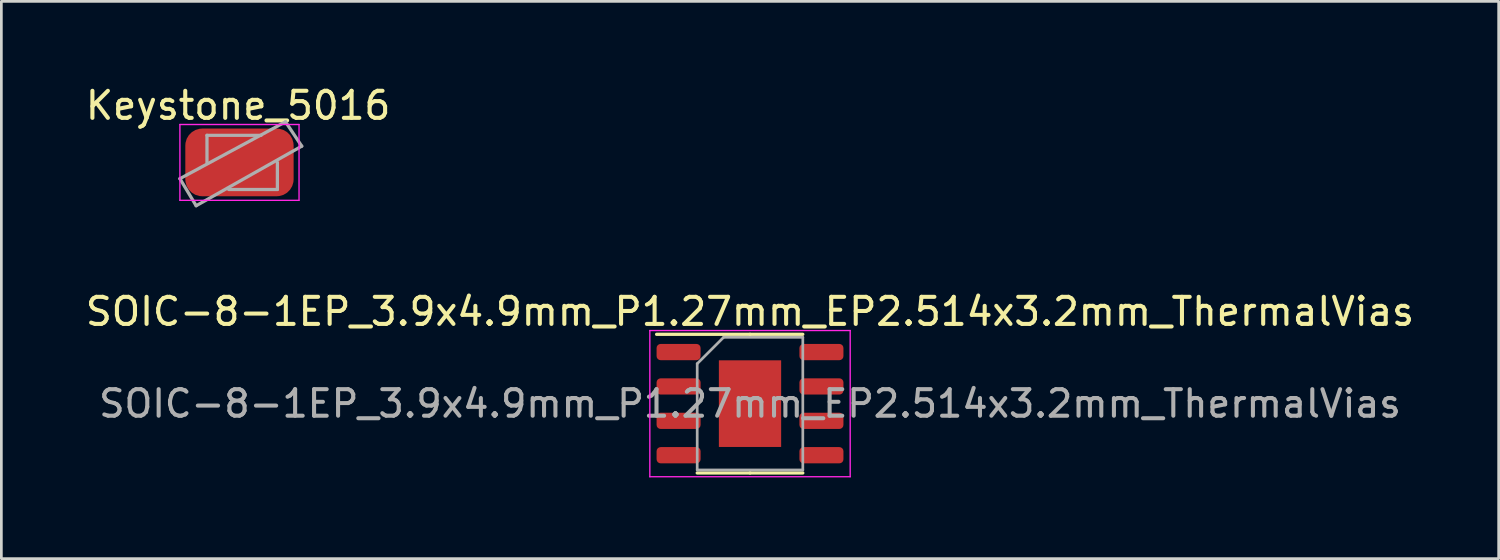
<source format=kicad_pcb>
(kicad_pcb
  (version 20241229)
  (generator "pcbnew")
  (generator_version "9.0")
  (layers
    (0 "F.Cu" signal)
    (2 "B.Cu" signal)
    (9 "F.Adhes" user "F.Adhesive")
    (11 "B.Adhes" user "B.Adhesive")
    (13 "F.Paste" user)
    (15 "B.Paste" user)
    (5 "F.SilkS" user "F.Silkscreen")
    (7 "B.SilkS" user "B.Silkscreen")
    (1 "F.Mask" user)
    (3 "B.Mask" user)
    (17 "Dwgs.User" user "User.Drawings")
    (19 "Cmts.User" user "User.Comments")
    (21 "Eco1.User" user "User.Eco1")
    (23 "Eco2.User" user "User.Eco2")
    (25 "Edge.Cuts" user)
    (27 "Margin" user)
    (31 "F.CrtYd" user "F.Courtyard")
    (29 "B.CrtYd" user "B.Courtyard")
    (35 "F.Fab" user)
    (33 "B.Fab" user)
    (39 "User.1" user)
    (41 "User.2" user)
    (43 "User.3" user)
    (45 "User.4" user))
  (footprint "Keystone_5016"
    (layer "F.Cu")
    (at 5.794 2.948)
    (property "Reference" "Keystone_5016" (at -0.05 -2.1 0) (layer "F.SilkS") (effects (font (size 1 1) (thickness 0.15))))
    (property "Value" "${VALUE}" (at -0.1 2.2 0) (layer "F.Fab") (hide yes) (effects (font (size 1 1) (thickness 0.15))))
    (attr smd)
    (fp_line (start -2.2 -1.4) (end 2.2 -1.4) (stroke (width 0.05) (type solid)) (layer "F.CrtYd"))
    (fp_line (start -2.2 1.4) (end -2.2 -1.4) (stroke (width 0.05) (type solid)) (layer "F.CrtYd"))
    (fp_line (start 2.2 -1.4) (end 2.2 1.4) (stroke (width 0.05) (type solid)) (layer "F.CrtYd"))
    (fp_line (start 2.2 1.4) (end -2.2 1.4) (stroke (width 0.05) (type solid)) (layer "F.CrtYd"))
    (fp_line (start -2.2 0.6) (end 1.7 -1.5) (stroke (width 0.12) (type solid)) (layer "F.Fab"))
    (fp_line (start -1.6 1.6) (end -2.2 0.6) (stroke (width 0.12) (type solid)) (layer "F.Fab"))
    (fp_line (start -1.2 -1) (end 0.8 -1) (stroke (width 0.12) (type solid)) (layer "F.Fab"))
    (fp_line (start -1.2 0) (end -1.2 -1) (stroke (width 0.12) (type solid)) (layer "F.Fab"))
    (fp_line (start 1.4 0) (end 1.4 1) (stroke (width 0.12) (type solid)) (layer "F.Fab"))
    (fp_line (start 1.4 1) (end -0.4 1) (stroke (width 0.12) (type solid)) (layer "F.Fab"))
    (fp_line (start 1.7 -1.5) (end 2.3 -0.6) (stroke (width 0.12) (type solid)) (layer "F.Fab"))
    (fp_line (start 2.3 -0.6) (end -1.6 1.6) (stroke (width 0.12) (type solid)) (layer "F.Fab"))
    (pad "1" smd roundrect (at 0 0) (size 4 2.5) (layers "F.Cu" "F.Mask" "F.Paste") (roundrect_rratio 0.25)))
  (footprint "SOIC-8-1EP_3.9x4.9mm_P1.27mm_EP2.514x3.2mm_ThermalVias"
    (layer "F.Cu")
    (at 24.649 11.857)
    (property "Reference" "SOIC-8-1EP_3.9x4.9mm_P1.27mm_EP2.514x3.2mm_ThermalVias" (at 0 -3.4 0) (layer "F.SilkS") (effects (font (size 1 1) (thickness 0.15))))
    (attr smd)
    (fp_line (start 0 -2.56) (end -3.45 -2.56) (stroke (width 0.12) (type solid)) (layer "F.SilkS"))
    (fp_line (start 0 -2.56) (end 1.95 -2.56) (stroke (width 0.12) (type solid)) (layer "F.SilkS"))
    (fp_line (start 0 2.56) (end -1.95 2.56) (stroke (width 0.12) (type solid)) (layer "F.SilkS"))
    (fp_line (start 0 2.56) (end 1.95 2.56) (stroke (width 0.12) (type solid)) (layer "F.SilkS"))
    (fp_line (start -3.7 -2.7) (end -3.7 2.7) (stroke (width 0.05) (type solid)) (layer "F.CrtYd"))
    (fp_line (start -3.7 2.7) (end 3.7 2.7) (stroke (width 0.05) (type solid)) (layer "F.CrtYd"))
    (fp_line (start 3.7 -2.7) (end -3.7 -2.7) (stroke (width 0.05) (type solid)) (layer "F.CrtYd"))
    (fp_line (start 3.7 2.7) (end 3.7 -2.7) (stroke (width 0.05) (type solid)) (layer "F.CrtYd"))
    (fp_line (start -1.95 -1.475) (end -0.975 -2.45) (stroke (width 0.1) (type solid)) (layer "F.Fab"))
    (fp_line (start -1.95 2.45) (end -1.95 -1.475) (stroke (width 0.1) (type solid)) (layer "F.Fab"))
    (fp_line (start -0.975 -2.45) (end 1.95 -2.45) (stroke (width 0.1) (type solid)) (layer "F.Fab"))
    (fp_line (start 1.95 -2.45) (end 1.95 2.45) (stroke (width 0.1) (type solid)) (layer "F.Fab"))
    (fp_line (start 1.95 2.45) (end -1.95 2.45) (stroke (width 0.1) (type solid)) (layer "F.Fab"))
    (fp_text user "${REFERENCE}" (at 0 0 0) (layer "F.Fab") (effects (font (size 0.98 0.98) (thickness 0.15))))
    (pad "" smd roundrect (at -0.63 -0.8) (size 1.05 1.34) (layers "F.Paste") (roundrect_rratio 0.238))
    (pad "" smd roundrect (at -0.63 0.8) (size 1.05 1.34) (layers "F.Paste") (roundrect_rratio 0.238))
    (pad "" smd roundrect (at 0.63 -0.8) (size 1.05 1.34) (layers "F.Paste") (roundrect_rratio 0.238))
    (pad "" smd roundrect (at 0.63 0.8) (size 1.05 1.34) (layers "F.Paste") (roundrect_rratio 0.238))
    (pad "1" smd roundrect (at -2.638 -1.905) (size 1.625 0.6) (layers "F.Cu" "F.Mask" "F.Paste") (roundrect_rratio 0.25))
    (pad "2" smd roundrect (at -2.638 -0.635) (size 1.625 0.6) (layers "F.Cu" "F.Mask" "F.Paste") (roundrect_rratio 0.25))
    (pad "3" smd roundrect (at -2.638 0.635) (size 1.625 0.6) (layers "F.Cu" "F.Mask" "F.Paste") (roundrect_rratio 0.25))
    (pad "4" smd roundrect (at -2.638 1.905) (size 1.625 0.6) (layers "F.Cu" "F.Mask" "F.Paste") (roundrect_rratio 0.25))
    (pad "5" smd roundrect (at 2.638 1.905) (size 1.625 0.6) (layers "F.Cu" "F.Mask" "F.Paste") (roundrect_rratio 0.25))
    (pad "6" smd roundrect (at 2.638 0.635) (size 1.625 0.6) (layers "F.Cu" "F.Mask" "F.Paste") (roundrect_rratio 0.25))
    (pad "7" smd roundrect (at 2.638 -0.635) (size 1.625 0.6) (layers "F.Cu" "F.Mask" "F.Paste") (roundrect_rratio 0.25))
    (pad "8" smd roundrect (at 2.638 -1.905) (size 1.625 0.6) (layers "F.Cu" "F.Mask" "F.Paste") (roundrect_rratio 0.25))
    (pad "9" smd rect (at 0 0) (size 2.3 3.2) (layers "F.Cu" "F.Mask")))
  (gr_rect
    (start -3 -3)
    (end 52.298 17.581)
    (stroke (width 0.1) (type default))
    (fill no)
    (layer "Edge.Cuts")))
</source>
